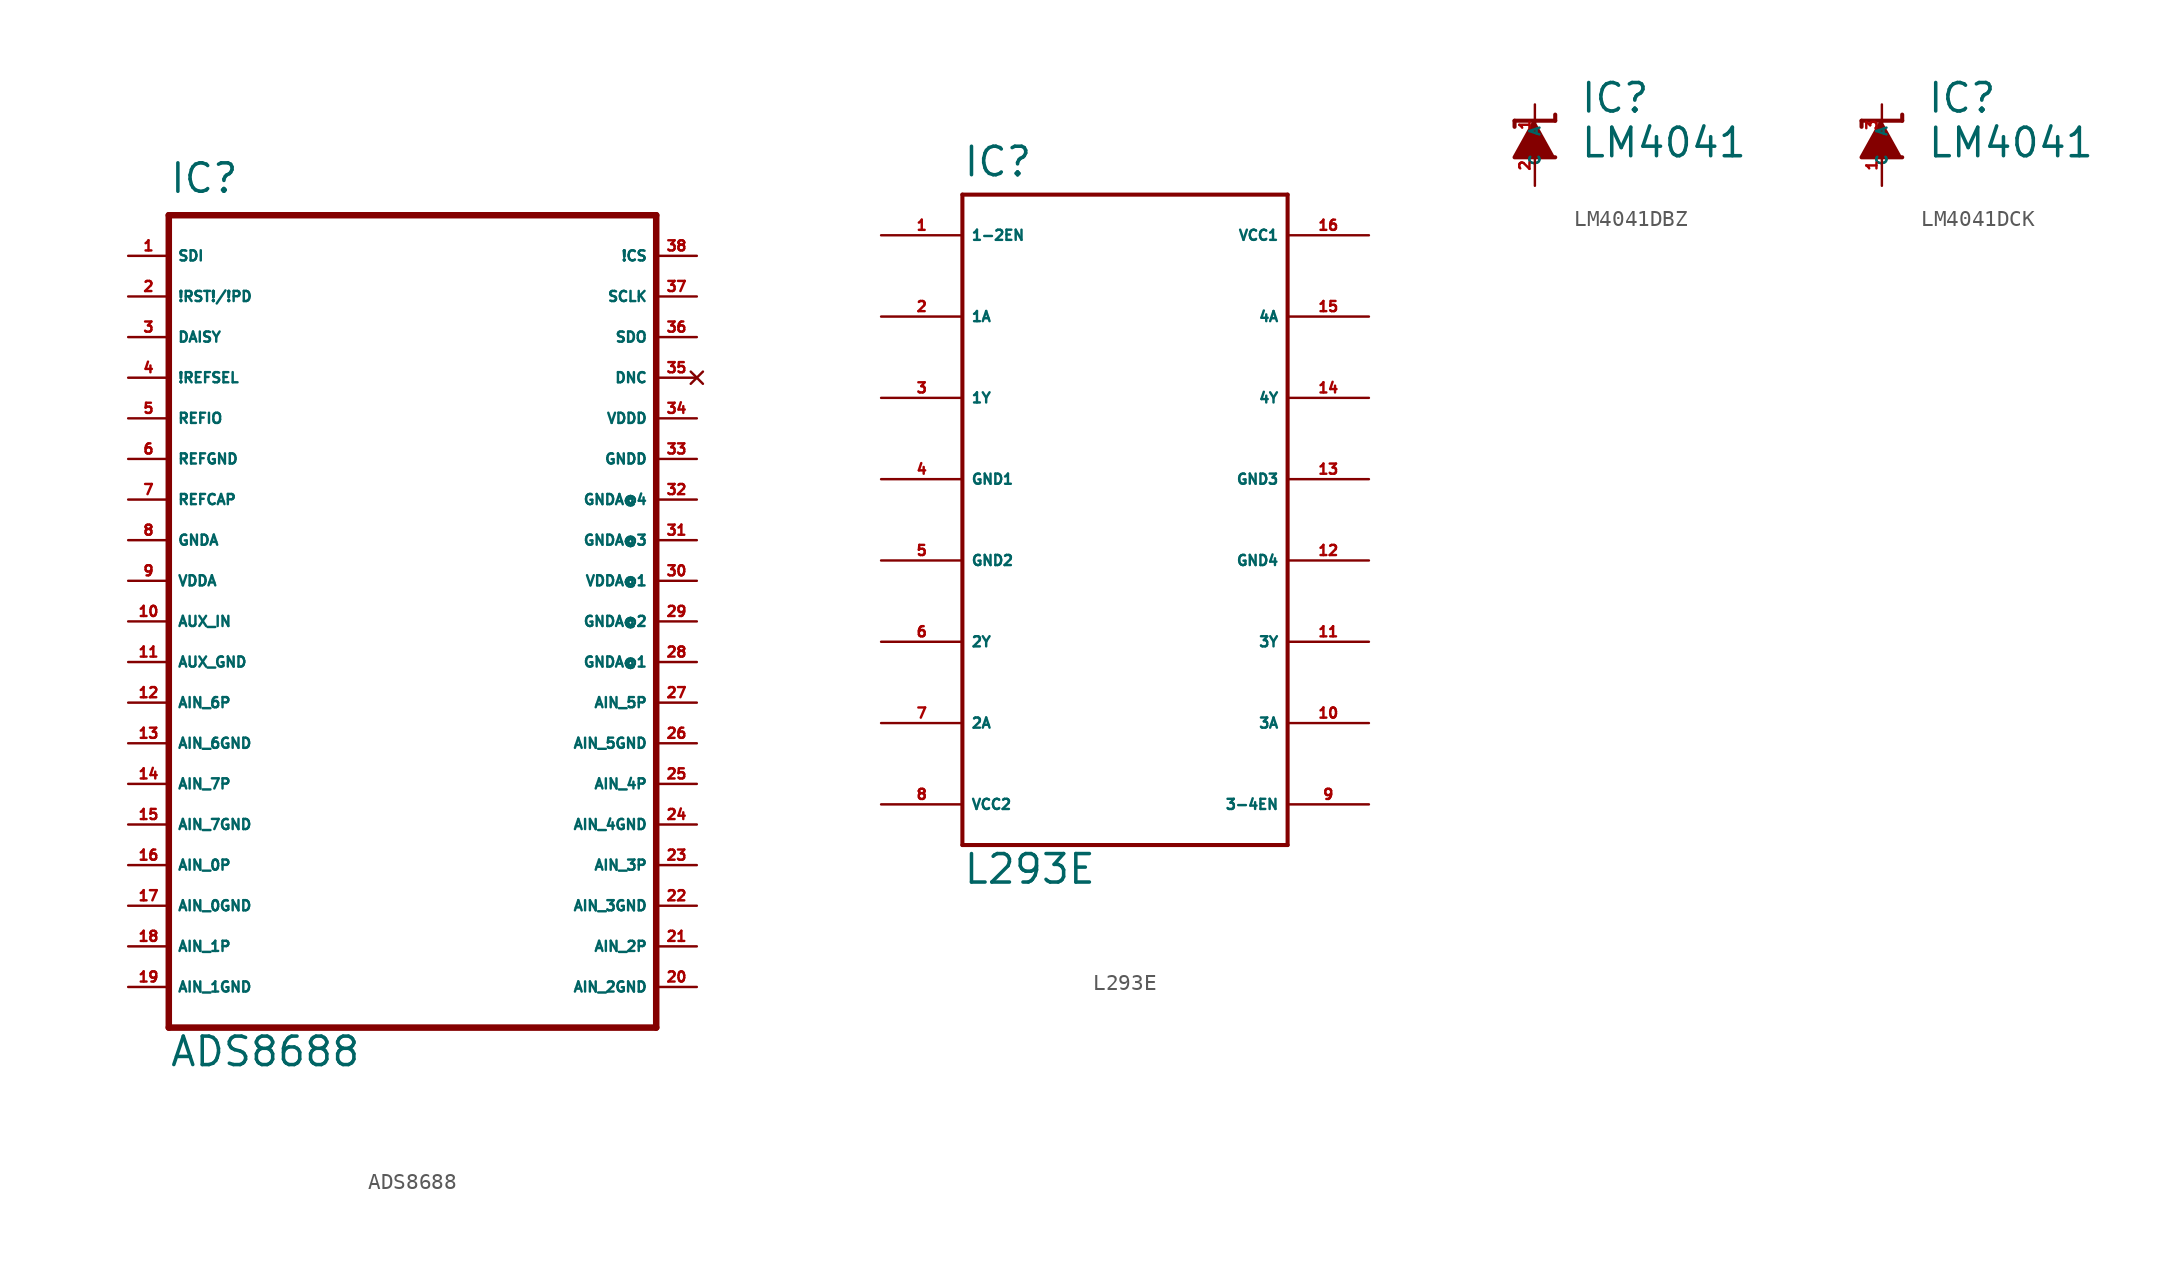
<source format=kicad_sym>
(kicad_symbol_lib
  (version 20220914)
  (generator Eagle2Kicad)
  (symbol "ADS8688"
    (property "Reference" "IC"
      (at -15.24 24.13 0)
      (effects (font (size 1.778 1.778) (thickness 0.22)) (justify left bottom)))
    (property "Value" "ADS8688"
      (at -15.24 -30.48 0)
      (effects (font (size 1.778 1.778) (thickness 0.22)) (justify left bottom)))
    (polyline
      (pts (xy -15.24 22.86) (xy 15.24 22.86))
      (stroke (width 0.406) (type default))
      (fill (type none)))
    (polyline
      (pts (xy 15.24 22.86) (xy 15.24 -27.94))
      (stroke (width 0.406) (type default))
      (fill (type none)))
    (polyline
      (pts (xy 15.24 -27.94) (xy -15.24 -27.94))
      (stroke (width 0.406) (type default))
      (fill (type none)))
    (polyline
      (pts (xy -15.24 -27.94) (xy -15.24 22.86))
      (stroke (width 0.406) (type default))
      (fill (type none)))
    (pin input line
      (at -17.78 20.32 0)
      (length 2.54)
      (name "SDI" (effects (font (size 0.635 0.635) (thickness 0.08)) (justify left bottom)))
      (number "1" (effects (font (size 0.635 0.635) (thickness 0.08)) (justify left bottom))))
    (pin input line
      (at -17.78 17.78 0)
      (length 2.54)
      (name "!RST!/!PD" (effects (font (size 0.635 0.635) (thickness 0.08)) (justify left bottom)))
      (number "2" (effects (font (size 0.635 0.635) (thickness 0.08)) (justify left bottom))))
    (pin input line
      (at -17.78 15.24 0)
      (length 2.54)
      (name "DAISY" (effects (font (size 0.635 0.635) (thickness 0.08)) (justify left bottom)))
      (number "3" (effects (font (size 0.635 0.635) (thickness 0.08)) (justify left bottom))))
    (pin input line
      (at -17.78 12.7 0)
      (length 2.54)
      (name "!REFSEL" (effects (font (size 0.635 0.635) (thickness 0.08)) (justify left bottom)))
      (number "4" (effects (font (size 0.635 0.635) (thickness 0.08)) (justify left bottom))))
    (pin bidirectional line
      (at -17.78 10.16 0)
      (length 2.54)
      (name "REFIO" (effects (font (size 0.635 0.635) (thickness 0.08)) (justify left bottom)))
      (number "5" (effects (font (size 0.635 0.635) (thickness 0.08)) (justify left bottom))))
    (pin unspecified line
      (at -17.78 7.62 0)
      (length 2.54)
      (name "REFGND" (effects (font (size 0.635 0.635) (thickness 0.08)) (justify left bottom)))
      (number "6" (effects (font (size 0.635 0.635) (thickness 0.08)) (justify left bottom))))
    (pin unspecified line
      (at -17.78 2.54 0)
      (length 2.54)
      (name "GNDA" (effects (font (size 0.635 0.635) (thickness 0.08)) (justify left bottom)))
      (number "8" (effects (font (size 0.635 0.635) (thickness 0.08)) (justify left bottom))))
    (pin unspecified line
      (at -17.78 0 0)
      (length 2.54)
      (name "VDDA" (effects (font (size 0.635 0.635) (thickness 0.08)) (justify left bottom)))
      (number "9" (effects (font (size 0.635 0.635) (thickness 0.08)) (justify left bottom))))
    (pin input line
      (at -17.78 -2.54 0)
      (length 2.54)
      (name "AUX_IN" (effects (font (size 0.635 0.635) (thickness 0.08)) (justify left bottom)))
      (number "10" (effects (font (size 0.635 0.635) (thickness 0.08)) (justify left bottom))))
    (pin input line
      (at -17.78 -17.78 0)
      (length 2.54)
      (name "AIN_0P" (effects (font (size 0.635 0.635) (thickness 0.08)) (justify left bottom)))
      (number "16" (effects (font (size 0.635 0.635) (thickness 0.08)) (justify left bottom))))
    (pin input line
      (at -17.78 -20.32 0)
      (length 2.54)
      (name "AIN_0GND" (effects (font (size 0.635 0.635) (thickness 0.08)) (justify left bottom)))
      (number "17" (effects (font (size 0.635 0.635) (thickness 0.08)) (justify left bottom))))
    (pin input line
      (at -17.78 -22.86 0)
      (length 2.54)
      (name "AIN_1P" (effects (font (size 0.635 0.635) (thickness 0.08)) (justify left bottom)))
      (number "18" (effects (font (size 0.635 0.635) (thickness 0.08)) (justify left bottom))))
    (pin input line
      (at -17.78 -25.4 0)
      (length 2.54)
      (name "AIN_1GND" (effects (font (size 0.635 0.635) (thickness 0.08)) (justify left bottom)))
      (number "19" (effects (font (size 0.635 0.635) (thickness 0.08)) (justify left bottom))))
    (pin input line
      (at 17.78 -22.86 180)
      (length 2.54)
      (name "AIN_2P" (effects (font (size 0.635 0.635) (thickness 0.08)) (justify left bottom)))
      (number "21" (effects (font (size 0.635 0.635) (thickness 0.08)) (justify left bottom))))
    (pin input line
      (at 17.78 -25.4 180)
      (length 2.54)
      (name "AIN_2GND" (effects (font (size 0.635 0.635) (thickness 0.08)) (justify left bottom)))
      (number "20" (effects (font (size 0.635 0.635) (thickness 0.08)) (justify left bottom))))
    (pin input line
      (at 17.78 -17.78 180)
      (length 2.54)
      (name "AIN_3P" (effects (font (size 0.635 0.635) (thickness 0.08)) (justify left bottom)))
      (number "23" (effects (font (size 0.635 0.635) (thickness 0.08)) (justify left bottom))))
    (pin input line
      (at 17.78 -20.32 180)
      (length 2.54)
      (name "AIN_3GND" (effects (font (size 0.635 0.635) (thickness 0.08)) (justify left bottom)))
      (number "22" (effects (font (size 0.635 0.635) (thickness 0.08)) (justify left bottom))))
    (pin unspecified line
      (at 17.78 -5.08 180)
      (length 2.54)
      (name "GNDA@1" (effects (font (size 0.635 0.635) (thickness 0.08)) (justify left bottom)))
      (number "28" (effects (font (size 0.635 0.635) (thickness 0.08)) (justify left bottom))))
    (pin unspecified line
      (at 17.78 -2.54 180)
      (length 2.54)
      (name "GNDA@2" (effects (font (size 0.635 0.635) (thickness 0.08)) (justify left bottom)))
      (number "29" (effects (font (size 0.635 0.635) (thickness 0.08)) (justify left bottom))))
    (pin unspecified line
      (at 17.78 0 180)
      (length 2.54)
      (name "VDDA@1" (effects (font (size 0.635 0.635) (thickness 0.08)) (justify left bottom)))
      (number "30" (effects (font (size 0.635 0.635) (thickness 0.08)) (justify left bottom))))
    (pin unspecified line
      (at 17.78 7.62 180)
      (length 2.54)
      (name "GNDD" (effects (font (size 0.635 0.635) (thickness 0.08)) (justify left bottom)))
      (number "33" (effects (font (size 0.635 0.635) (thickness 0.08)) (justify left bottom))))
    (pin unspecified line
      (at 17.78 10.16 180)
      (length 2.54)
      (name "VDDD" (effects (font (size 0.635 0.635) (thickness 0.08)) (justify left bottom)))
      (number "34" (effects (font (size 0.635 0.635) (thickness 0.08)) (justify left bottom))))
    (pin no_connect line
      (at 17.78 12.7 180)
      (length 2.54)
      (name "DNC" (effects (font (size 0.635 0.635) (thickness 0.08)) (justify left bottom) hide))
      (number "35" (effects (font (size 0.635 0.635) (thickness 0.08)) (justify left bottom) hide)))
    (pin bidirectional line
      (at 17.78 15.24 180)
      (length 2.54)
      (name "SDO" (effects (font (size 0.635 0.635) (thickness 0.08)) (justify left bottom)))
      (number "36" (effects (font (size 0.635 0.635) (thickness 0.08)) (justify left bottom))))
    (pin input line
      (at 17.78 17.78 180)
      (length 2.54)
      (name "SCLK" (effects (font (size 0.635 0.635) (thickness 0.08)) (justify left bottom)))
      (number "37" (effects (font (size 0.635 0.635) (thickness 0.08)) (justify left bottom))))
    (pin input line
      (at 17.78 20.32 180)
      (length 2.54)
      (name "!CS" (effects (font (size 0.635 0.635) (thickness 0.08)) (justify left bottom)))
      (number "38" (effects (font (size 0.635 0.635) (thickness 0.08)) (justify left bottom))))
    (pin output line
      (at -17.78 5.08 0)
      (length 2.54)
      (name "REFCAP" (effects (font (size 0.635 0.635) (thickness 0.08)) (justify left bottom)))
      (number "7" (effects (font (size 0.635 0.635) (thickness 0.08)) (justify left bottom))))
    (pin input line
      (at -17.78 -7.62 0)
      (length 2.54)
      (name "AIN_6P" (effects (font (size 0.635 0.635) (thickness 0.08)) (justify left bottom)))
      (number "12" (effects (font (size 0.635 0.635) (thickness 0.08)) (justify left bottom))))
    (pin input line
      (at -17.78 -10.16 0)
      (length 2.54)
      (name "AIN_6GND" (effects (font (size 0.635 0.635) (thickness 0.08)) (justify left bottom)))
      (number "13" (effects (font (size 0.635 0.635) (thickness 0.08)) (justify left bottom))))
    (pin input line
      (at -17.78 -12.7 0)
      (length 2.54)
      (name "AIN_7P" (effects (font (size 0.635 0.635) (thickness 0.08)) (justify left bottom)))
      (number "14" (effects (font (size 0.635 0.635) (thickness 0.08)) (justify left bottom))))
    (pin input line
      (at -17.78 -15.24 0)
      (length 2.54)
      (name "AIN_7GND" (effects (font (size 0.635 0.635) (thickness 0.08)) (justify left bottom)))
      (number "15" (effects (font (size 0.635 0.635) (thickness 0.08)) (justify left bottom))))
    (pin input line
      (at 17.78 -15.24 180)
      (length 2.54)
      (name "AIN_4GND" (effects (font (size 0.635 0.635) (thickness 0.08)) (justify left bottom)))
      (number "24" (effects (font (size 0.635 0.635) (thickness 0.08)) (justify left bottom))))
    (pin input line
      (at 17.78 -12.7 180)
      (length 2.54)
      (name "AIN_4P" (effects (font (size 0.635 0.635) (thickness 0.08)) (justify left bottom)))
      (number "25" (effects (font (size 0.635 0.635) (thickness 0.08)) (justify left bottom))))
    (pin input line
      (at 17.78 -10.16 180)
      (length 2.54)
      (name "AIN_5GND" (effects (font (size 0.635 0.635) (thickness 0.08)) (justify left bottom)))
      (number "26" (effects (font (size 0.635 0.635) (thickness 0.08)) (justify left bottom))))
    (pin input line
      (at 17.78 -7.62 180)
      (length 2.54)
      (name "AIN_5P" (effects (font (size 0.635 0.635) (thickness 0.08)) (justify left bottom)))
      (number "27" (effects (font (size 0.635 0.635) (thickness 0.08)) (justify left bottom))))
    (pin input line
      (at -17.78 -5.08 0)
      (length 2.54)
      (name "AUX_GND" (effects (font (size 0.635 0.635) (thickness 0.08)) (justify left bottom)))
      (number "11" (effects (font (size 0.635 0.635) (thickness 0.08)) (justify left bottom))))
    (pin unspecified line
      (at 17.78 2.54 180)
      (length 2.54)
      (name "GNDA@3" (effects (font (size 0.635 0.635) (thickness 0.08)) (justify left bottom)))
      (number "31" (effects (font (size 0.635 0.635) (thickness 0.08)) (justify left bottom))))
    (pin unspecified line
      (at 17.78 5.08 180)
      (length 2.54)
      (name "GNDA@4" (effects (font (size 0.635 0.635) (thickness 0.08)) (justify left bottom)))
      (number "32" (effects (font (size 0.635 0.635) (thickness 0.08)) (justify left bottom)))))
  (symbol "L293E"
    (property "Reference" "IC"
      (at -10.16 21.336 0)
      (effects (font (size 1.778 1.778) (thickness 0.22)) (justify left bottom)))
    (property "Value" "L293E"
      (at -10.16 -22.86 0)
      (effects (font (size 1.778 1.778) (thickness 0.22)) (justify left bottom)))
    (polyline
      (pts (xy -10.16 20.32) (xy -10.16 -20.32))
      (stroke (width 0.254) (type default))
      (fill (type none)))
    (polyline
      (pts (xy -10.16 -20.32) (xy 10.16 -20.32))
      (stroke (width 0.254) (type default))
      (fill (type none)))
    (polyline
      (pts (xy 10.16 -20.32) (xy 10.16 20.32))
      (stroke (width 0.254) (type default))
      (fill (type none)))
    (polyline
      (pts (xy 10.16 20.32) (xy -10.16 20.32))
      (stroke (width 0.254) (type default))
      (fill (type none)))
    (pin input line
      (at -15.24 17.78 0)
      (length 5.08)
      (name "1-2EN" (effects (font (size 0.635 0.635) (thickness 0.08)) (justify left bottom)))
      (number "1" (effects (font (size 0.635 0.635) (thickness 0.08)) (justify left bottom))))
    (pin input line
      (at -15.24 12.7 0)
      (length 5.08)
      (name "1A" (effects (font (size 0.635 0.635) (thickness 0.08)) (justify left bottom)))
      (number "2" (effects (font (size 0.635 0.635) (thickness 0.08)) (justify left bottom))))
    (pin output line
      (at -15.24 7.62 0)
      (length 5.08)
      (name "1Y" (effects (font (size 0.635 0.635) (thickness 0.08)) (justify left bottom)))
      (number "3" (effects (font (size 0.635 0.635) (thickness 0.08)) (justify left bottom))))
    (pin unspecified line
      (at -15.24 2.54 0)
      (length 5.08)
      (name "GND1" (effects (font (size 0.635 0.635) (thickness 0.08)) (justify left bottom)))
      (number "4" (effects (font (size 0.635 0.635) (thickness 0.08)) (justify left bottom))))
    (pin unspecified line
      (at -15.24 -2.54 0)
      (length 5.08)
      (name "GND2" (effects (font (size 0.635 0.635) (thickness 0.08)) (justify left bottom)))
      (number "5" (effects (font (size 0.635 0.635) (thickness 0.08)) (justify left bottom))))
    (pin output line
      (at -15.24 -7.62 0)
      (length 5.08)
      (name "2Y" (effects (font (size 0.635 0.635) (thickness 0.08)) (justify left bottom)))
      (number "6" (effects (font (size 0.635 0.635) (thickness 0.08)) (justify left bottom))))
    (pin input line
      (at -15.24 -12.7 0)
      (length 5.08)
      (name "2A" (effects (font (size 0.635 0.635) (thickness 0.08)) (justify left bottom)))
      (number "7" (effects (font (size 0.635 0.635) (thickness 0.08)) (justify left bottom))))
    (pin unspecified line
      (at -15.24 -17.78 0)
      (length 5.08)
      (name "VCC2" (effects (font (size 0.635 0.635) (thickness 0.08)) (justify left bottom)))
      (number "8" (effects (font (size 0.635 0.635) (thickness 0.08)) (justify left bottom))))
    (pin unspecified line
      (at 15.24 17.78 180)
      (length 5.08)
      (name "VCC1" (effects (font (size 0.635 0.635) (thickness 0.08)) (justify left bottom)))
      (number "16" (effects (font (size 0.635 0.635) (thickness 0.08)) (justify left bottom))))
    (pin input line
      (at 15.24 12.7 180)
      (length 5.08)
      (name "4A" (effects (font (size 0.635 0.635) (thickness 0.08)) (justify left bottom)))
      (number "15" (effects (font (size 0.635 0.635) (thickness 0.08)) (justify left bottom))))
    (pin output line
      (at 15.24 7.62 180)
      (length 5.08)
      (name "4Y" (effects (font (size 0.635 0.635) (thickness 0.08)) (justify left bottom)))
      (number "14" (effects (font (size 0.635 0.635) (thickness 0.08)) (justify left bottom))))
    (pin unspecified line
      (at 15.24 2.54 180)
      (length 5.08)
      (name "GND3" (effects (font (size 0.635 0.635) (thickness 0.08)) (justify left bottom)))
      (number "13" (effects (font (size 0.635 0.635) (thickness 0.08)) (justify left bottom))))
    (pin unspecified line
      (at 15.24 -2.54 180)
      (length 5.08)
      (name "GND4" (effects (font (size 0.635 0.635) (thickness 0.08)) (justify left bottom)))
      (number "12" (effects (font (size 0.635 0.635) (thickness 0.08)) (justify left bottom))))
    (pin output line
      (at 15.24 -7.62 180)
      (length 5.08)
      (name "3Y" (effects (font (size 0.635 0.635) (thickness 0.08)) (justify left bottom)))
      (number "11" (effects (font (size 0.635 0.635) (thickness 0.08)) (justify left bottom))))
    (pin input line
      (at 15.24 -12.7 180)
      (length 5.08)
      (name "3A" (effects (font (size 0.635 0.635) (thickness 0.08)) (justify left bottom)))
      (number "10" (effects (font (size 0.635 0.635) (thickness 0.08)) (justify left bottom))))
    (pin input line
      (at 15.24 -17.78 180)
      (length 5.08)
      (name "3-4EN" (effects (font (size 0.635 0.635) (thickness 0.08)) (justify left bottom)))
      (number "9" (effects (font (size 0.635 0.635) (thickness 0.08)) (justify left bottom)))))
  (symbol "LM4041DBZ"
    (property "Reference" "IC"
      (at 2.794 1.905 0)
      (effects (font (size 1.778 1.778) (thickness 0.22)) (justify left bottom)))
    (property "Value" "LM4041"
      (at 2.794 -0.889 0)
      (effects (font (size 1.778 1.778) (thickness 0.22)) (justify left bottom)))
    (polyline
      (pts (xy 0 1.524) (xy -1.27 -0.762) (xy 1.27 -0.762))
      (stroke (width 0.254) (type default))
      (fill (type outline)))
    (polyline
      (pts (xy 1.27 1.905) (xy 1.27 1.524))
      (stroke (width 0.254) (type default))
      (fill (type none)))
    (polyline
      (pts (xy 1.27 1.524) (xy 0 1.524))
      (stroke (width 0.254) (type default))
      (fill (type none)))
    (polyline
      (pts (xy 0 1.524) (xy -1.27 1.524))
      (stroke (width 0.254) (type default))
      (fill (type none)))
    (polyline
      (pts (xy -1.27 1.524) (xy -1.27 1.143))
      (stroke (width 0.254) (type default))
      (fill (type none)))
    (pin passive line
      (at 0 -2.54 90)
      (length 2.54)
      (name "A" (effects (font (size 0.635 0.635) (thickness 0.08)) (justify left bottom)))
      (number "2" (effects (font (size 0.635 0.635) (thickness 0.08)) (justify left bottom))))
    (pin passive line
      (at 0 2.54 270)
      (length 2.54)
      (name "C" (effects (font (size 0.635 0.635) (thickness 0.08)) (justify left bottom)))
      (number "1" (effects (font (size 0.635 0.635) (thickness 0.08)) (justify left bottom)))))
  (symbol "LM4041DCK"
    (property "Reference" "IC"
      (at 2.794 1.905 0)
      (effects (font (size 1.778 1.778) (thickness 0.22)) (justify left bottom)))
    (property "Value" "LM4041"
      (at 2.794 -0.889 0)
      (effects (font (size 1.778 1.778) (thickness 0.22)) (justify left bottom)))
    (polyline
      (pts (xy 0 1.524) (xy -1.27 -0.762) (xy 1.27 -0.762))
      (stroke (width 0.254) (type default))
      (fill (type outline)))
    (polyline
      (pts (xy 1.27 1.905) (xy 1.27 1.524))
      (stroke (width 0.254) (type default))
      (fill (type none)))
    (polyline
      (pts (xy 1.27 1.524) (xy 0 1.524))
      (stroke (width 0.254) (type default))
      (fill (type none)))
    (polyline
      (pts (xy 0 1.524) (xy -1.27 1.524))
      (stroke (width 0.254) (type default))
      (fill (type none)))
    (polyline
      (pts (xy -1.27 1.524) (xy -1.27 1.143))
      (stroke (width 0.254) (type default))
      (fill (type none)))
    (pin passive line
      (at 0 -2.54 90)
      (length 2.54)
      (name "A" (effects (font (size 0.635 0.635) (thickness 0.08)) (justify left bottom)))
      (number "1" (effects (font (size 0.635 0.635) (thickness 0.08)) (justify left bottom))))
    (pin passive line
      (at 0 2.54 270)
      (length 2.54)
      (name "C" (effects (font (size 0.635 0.635) (thickness 0.08)) (justify left bottom)))
      (number "3" (effects (font (size 0.635 0.635) (thickness 0.08)) (justify left bottom))))))
</source>
